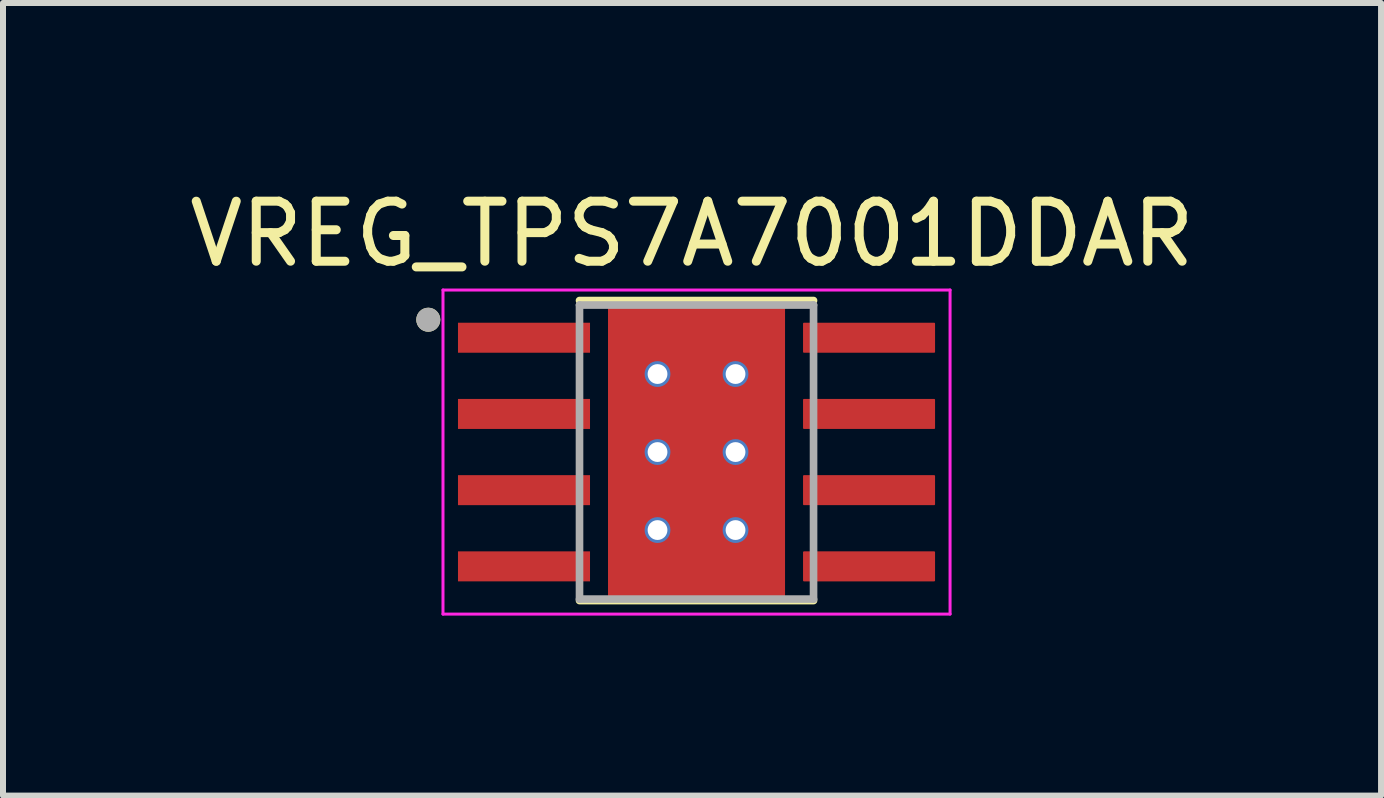
<source format=kicad_pcb>
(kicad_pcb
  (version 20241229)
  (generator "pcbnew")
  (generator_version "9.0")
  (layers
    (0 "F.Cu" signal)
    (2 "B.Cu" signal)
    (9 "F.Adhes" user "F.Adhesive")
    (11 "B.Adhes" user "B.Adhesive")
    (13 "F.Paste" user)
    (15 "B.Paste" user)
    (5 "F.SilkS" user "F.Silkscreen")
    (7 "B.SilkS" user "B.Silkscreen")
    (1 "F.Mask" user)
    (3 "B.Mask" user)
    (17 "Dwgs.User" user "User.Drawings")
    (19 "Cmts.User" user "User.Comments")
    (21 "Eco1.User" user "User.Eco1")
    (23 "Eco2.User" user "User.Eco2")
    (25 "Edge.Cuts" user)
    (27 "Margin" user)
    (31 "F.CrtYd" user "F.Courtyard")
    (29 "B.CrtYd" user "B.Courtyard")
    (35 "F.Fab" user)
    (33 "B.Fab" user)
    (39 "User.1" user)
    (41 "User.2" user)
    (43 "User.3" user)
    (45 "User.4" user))
  (footprint "VREG_TPS7A7001DDAR"
    (layer "F.Cu")
    (at 8.557 4.483)
    (property "Reference" "VREG_TPS7A7001DDAR" (at -0.075 -3.635 0) (layer "F.SilkS") (effects (font (size 1 1) (thickness 0.15))))
    (attr smd)
    (fp_poly (pts (xy -4.045 -2.225) (xy -1.705 -2.225) (xy -1.705 -1.585) (xy -4.045 -1.585)) (stroke (width 0.01) (type solid)) (fill yes) (layer "F.Mask"))
    (fp_poly (pts (xy -4.045 -0.955) (xy -1.705 -0.955) (xy -1.705 -0.315) (xy -4.045 -0.315)) (stroke (width 0.01) (type solid)) (fill yes) (layer "F.Mask"))
    (fp_poly (pts (xy -4.045 0.315) (xy -1.705 0.315) (xy -1.705 0.955) (xy -4.045 0.955)) (stroke (width 0.01) (type solid)) (fill yes) (layer "F.Mask"))
    (fp_poly (pts (xy -4.045 1.585) (xy -1.705 1.585) (xy -1.705 2.225) (xy -4.045 2.225)) (stroke (width 0.01) (type solid)) (fill yes) (layer "F.Mask"))
    (fp_poly (pts (xy -1.2 -1.55) (xy 1.2 -1.55) (xy 1.2 1.55) (xy -1.2 1.55)) (stroke (width 0.01) (type solid)) (fill yes) (layer "F.Mask"))
    (fp_poly (pts (xy 1.705 -2.225) (xy 4.045 -2.225) (xy 4.045 -1.585) (xy 1.705 -1.585)) (stroke (width 0.01) (type solid)) (fill yes) (layer "F.Mask"))
    (fp_poly (pts (xy 1.705 -0.955) (xy 4.045 -0.955) (xy 4.045 -0.315) (xy 1.705 -0.315)) (stroke (width 0.01) (type solid)) (fill yes) (layer "F.Mask"))
    (fp_poly (pts (xy 1.705 0.315) (xy 4.045 0.315) (xy 4.045 0.955) (xy 1.705 0.955)) (stroke (width 0.01) (type solid)) (fill yes) (layer "F.Mask"))
    (fp_poly (pts (xy 1.705 1.585) (xy 4.045 1.585) (xy 4.045 2.225) (xy 1.705 2.225)) (stroke (width 0.01) (type solid)) (fill yes) (layer "F.Mask"))
    (fp_line (start -1.95 -2.525) (end 1.95 -2.525) (stroke (width 0.127) (type solid)) (layer "F.SilkS"))
    (fp_line (start -1.95 2.475) (end 1.95 2.475) (stroke (width 0.127) (type solid)) (layer "F.SilkS"))
    (fp_circle (center -4.47 -2.205) (end -4.37 -2.205) (stroke (width 0.2) (type solid)) (fill no) (layer "F.SilkS"))
    (fp_poly (pts (xy -3.95 -2.13) (xy -1.8 -2.13) (xy -1.8 -1.68) (xy -3.95 -1.68)) (stroke (width 0.01) (type solid)) (fill yes) (layer "F.Paste"))
    (fp_poly (pts (xy -3.95 -0.86) (xy -1.8 -0.86) (xy -1.8 -0.41) (xy -3.95 -0.41)) (stroke (width 0.01) (type solid)) (fill yes) (layer "F.Paste"))
    (fp_poly (pts (xy -3.95 0.41) (xy -1.8 0.41) (xy -1.8 0.86) (xy -3.95 0.86)) (stroke (width 0.01) (type solid)) (fill yes) (layer "F.Paste"))
    (fp_poly (pts (xy -3.95 1.68) (xy -1.8 1.68) (xy -1.8 2.13) (xy -3.95 2.13)) (stroke (width 0.01) (type solid)) (fill yes) (layer "F.Paste"))
    (fp_poly (pts (xy -1.2 -1.55) (xy 1.2 -1.55) (xy 1.2 1.55) (xy -1.2 1.55)) (stroke (width 0.01) (type solid)) (fill yes) (layer "F.Paste"))
    (fp_poly (pts (xy 1.8 -2.13) (xy 3.95 -2.13) (xy 3.95 -1.68) (xy 1.8 -1.68)) (stroke (width 0.01) (type solid)) (fill yes) (layer "F.Paste"))
    (fp_poly (pts (xy 1.8 -0.86) (xy 3.95 -0.86) (xy 3.95 -0.41) (xy 1.8 -0.41)) (stroke (width 0.01) (type solid)) (fill yes) (layer "F.Paste"))
    (fp_poly (pts (xy 1.8 0.41) (xy 3.95 0.41) (xy 3.95 0.86) (xy 1.8 0.86)) (stroke (width 0.01) (type solid)) (fill yes) (layer "F.Paste"))
    (fp_poly (pts (xy 1.8 1.68) (xy 3.95 1.68) (xy 3.95 2.13) (xy 1.8 2.13)) (stroke (width 0.01) (type solid)) (fill yes) (layer "F.Paste"))
    (fp_line (start -4.225 -2.7) (end -4.225 2.7) (stroke (width 0.05) (type solid)) (layer "F.CrtYd"))
    (fp_line (start -4.225 -2.7) (end 4.225 -2.7) (stroke (width 0.05) (type solid)) (layer "F.CrtYd"))
    (fp_line (start -4.225 2.7) (end 4.225 2.7) (stroke (width 0.05) (type solid)) (layer "F.CrtYd"))
    (fp_line (start 4.225 -2.7) (end 4.225 2.7) (stroke (width 0.05) (type solid)) (layer "F.CrtYd"))
    (fp_line (start -1.95 -2.45) (end -1.95 2.45) (stroke (width 0.127) (type solid)) (layer "F.Fab"))
    (fp_line (start -1.95 -2.45) (end 1.95 -2.45) (stroke (width 0.127) (type solid)) (layer "F.Fab"))
    (fp_line (start -1.95 2.45) (end 1.95 2.45) (stroke (width 0.127) (type solid)) (layer "F.Fab"))
    (fp_line (start 1.95 -2.45) (end 1.95 2.45) (stroke (width 0.127) (type solid)) (layer "F.Fab"))
    (fp_circle (center -4.47 -2.205) (end -4.37 -2.205) (stroke (width 0.2) (type solid)) (fill no) (layer "F.Fab"))
    (pad "1" smd rect (at -2.875 -1.905) (size 2.2 0.5) (layers "F.Cu"))
    (pad "2" smd rect (at -2.875 -0.635) (size 2.2 0.5) (layers "F.Cu"))
    (pad "3" smd rect (at -2.875 0.635) (size 2.2 0.5) (layers "F.Cu"))
    (pad "4" smd rect (at -2.875 1.905) (size 2.2 0.5) (layers "F.Cu"))
    (pad "5" smd roundrect (at 2.875 1.905) (size 2.2 0.5) (layers "F.Cu") (roundrect_rratio 0.03))
    (pad "6" smd roundrect (at 2.875 0.635) (size 2.2 0.5) (layers "F.Cu") (roundrect_rratio 0.03))
    (pad "7" smd roundrect (at 2.875 -0.635) (size 2.2 0.5) (layers "F.Cu") (roundrect_rratio 0.03))
    (pad "8" smd roundrect (at 2.875 -1.905) (size 2.2 0.5) (layers "F.Cu") (roundrect_rratio 0.03))
    (pad "9" smd rect (at 0 0) (size 2.95 4.9) (layers "F.Cu"))
    (pad "10" thru_hole circle (at -0.65 -1.3) (size 0.43 0.43) (drill 0.33) (layers "*.Cu"))
    (pad "11" thru_hole circle (at 0.65 -1.3) (size 0.43 0.43) (drill 0.33) (layers "*.Cu"))
    (pad "12" thru_hole circle (at -0.65 0) (size 0.43 0.43) (drill 0.33) (layers "*.Cu"))
    (pad "13" thru_hole circle (at 0.65 0) (size 0.43 0.43) (drill 0.33) (layers "*.Cu"))
    (pad "14" thru_hole circle (at -0.65 1.3) (size 0.43 0.43) (drill 0.33) (layers "*.Cu"))
    (pad "15" thru_hole circle (at 0.65 1.3) (size 0.43 0.43) (drill 0.33) (layers "*.Cu")))
  (gr_rect
    (start -3 -3)
    (end 19.964 10.208)
    (stroke (width 0.1) (type default))
    (fill no)
    (layer "Edge.Cuts")))
</source>
